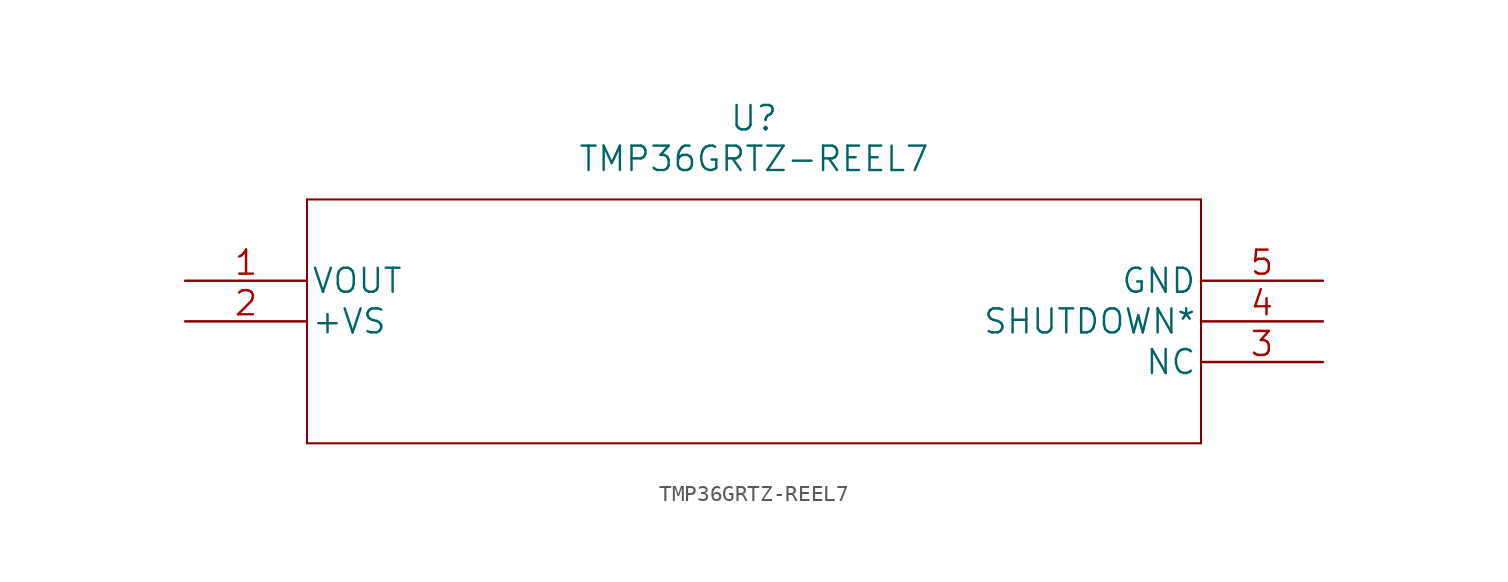
<source format=kicad_sym>
(kicad_symbol_lib
  (version 20211014)
  (generator kicad_symbol_editor)
  (symbol "TMP36GRTZ-REEL7"
    (pin_names
      (offset 0.254))
    (property "Reference" "U"
      (at 35.56 10.16 0)
      (effects (font (size 1.524 1.524))))
    (property "Value" "TMP36GRTZ-REEL7"
      (at 35.56 7.62 0)
      (effects (font (size 1.524 1.524))))
    (property "Datasheet" ""
      (at 0 0 0)
      (effects (font (size 1.524 1.524))))
    (property "ki_locked" ""
      (at 0 0 0)
      (effects (font (size 1.27 1.27))))
    (symbol "TMP36GRTZ-REEL7_1_1"
      (polyline (pts (xy 7.62 -10.16) (xy 63.5 -10.16)) (stroke (width 0.127) (type default) (color 0 0 0 0)) (fill (type none)))
      (polyline (pts (xy 7.62 5.08) (xy 7.62 -10.16)) (stroke (width 0.127) (type default) (color 0 0 0 0)) (fill (type none)))
      (polyline (pts (xy 63.5 -10.16) (xy 63.5 5.08)) (stroke (width 0.127) (type default) (color 0 0 0 0)) (fill (type none)))
      (polyline (pts (xy 63.5 5.08) (xy 7.62 5.08)) (stroke (width 0.127) (type default) (color 0 0 0 0)) (fill (type none)))
      (pin unspecified line (at 0 0 0) (length 7.62) (name "VOUT" (effects (font (size 1.499 1.499)))) (number "1" (effects (font (size 1.499 1.499)))))
      (pin power_in line (at 0 -2.54 0) (length 7.62) (name "+VS" (effects (font (size 1.499 1.499)))) (number "2" (effects (font (size 1.499 1.499)))))
      (pin unspecified line (at 71.12 -5.08 180) (length 7.62) (name "NC" (effects (font (size 1.499 1.499)))) (number "3" (effects (font (size 1.499 1.499)))))
      (pin unspecified line (at 71.12 -2.54 180) (length 7.62) (name "SHUTDOWN*" (effects (font (size 1.499 1.499)))) (number "4" (effects (font (size 1.499 1.499)))))
      (pin unspecified line (at 71.12 0 180) (length 7.62) (name "GND" (effects (font (size 1.499 1.499)))) (number "5" (effects (font (size 1.499 1.499))))))))
</source>
